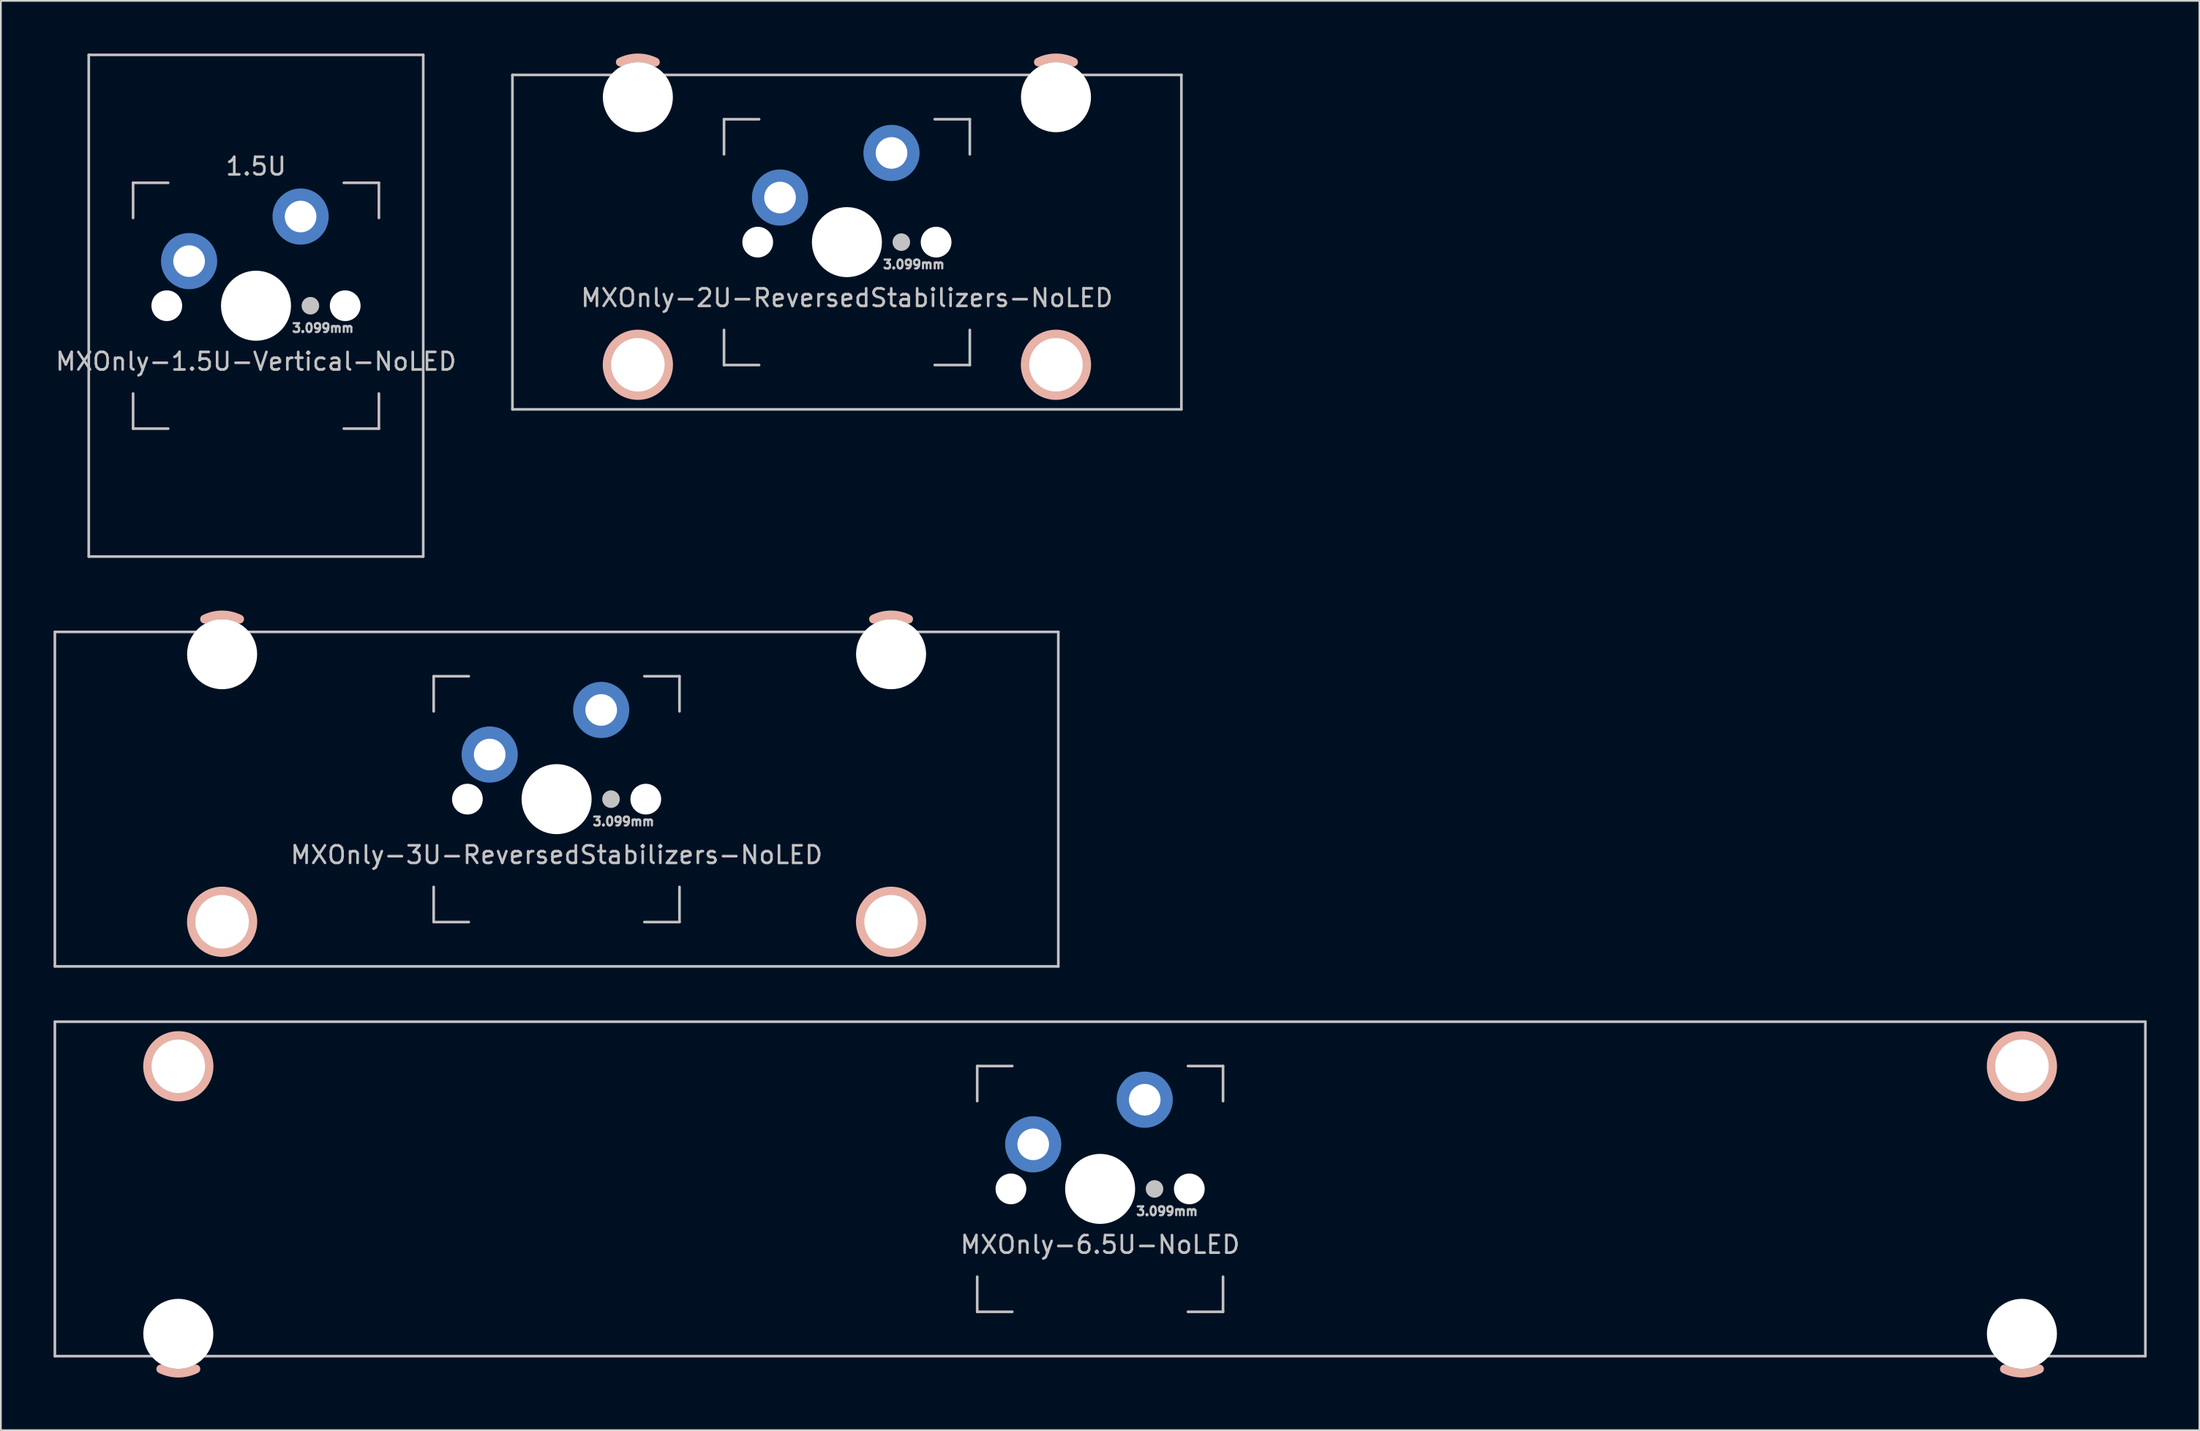
<source format=kicad_pcb>
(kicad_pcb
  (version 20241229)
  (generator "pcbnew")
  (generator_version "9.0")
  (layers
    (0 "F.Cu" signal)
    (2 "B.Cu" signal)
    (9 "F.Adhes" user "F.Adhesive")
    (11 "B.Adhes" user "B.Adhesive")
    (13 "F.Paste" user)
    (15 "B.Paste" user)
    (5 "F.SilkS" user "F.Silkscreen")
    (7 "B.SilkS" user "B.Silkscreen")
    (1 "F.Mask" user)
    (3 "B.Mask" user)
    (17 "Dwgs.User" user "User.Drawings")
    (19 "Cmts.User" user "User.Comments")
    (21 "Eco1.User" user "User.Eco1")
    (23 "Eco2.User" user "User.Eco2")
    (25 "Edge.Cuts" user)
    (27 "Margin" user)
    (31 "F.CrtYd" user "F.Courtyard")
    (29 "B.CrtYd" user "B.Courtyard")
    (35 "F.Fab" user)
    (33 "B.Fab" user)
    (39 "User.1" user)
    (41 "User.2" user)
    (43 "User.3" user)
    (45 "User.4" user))
  (footprint "MXOnly-6.5U-NoLED"
    (layer "F.Cu")
    (at 59.606 64.666)
    (property "Reference" "MXOnly-6.5U-NoLED" (at 0 3.175 0) (layer "Dwgs.User") (effects (font (size 1 1) (thickness 0.15))))
    (attr through_hole)
    (fp_arc (start -51.4999 10.254998) (mid -52.499313 10.491066) (end -53.498849 10.255523) (stroke (width 0.5) (type solid)) (layer "B.SilkS"))
    (fp_arc (start 53.4999 10.255) (mid 52.500487 10.491068) (end 51.500951 10.255525) (stroke (width 0.5) (type solid)) (layer "B.SilkS"))
    (fp_circle (center -52.5 -6.985) (end -54.25 -6.985) (stroke (width 0.5) (type solid)) (fill no) (layer "B.SilkS"))
    (fp_circle (center 52.5 -6.985) (end 50.75 -6.985) (stroke (width 0.5) (type solid)) (fill no) (layer "B.SilkS"))
    (fp_line (start -59.531 9.525) (end -59.531 -9.525) (stroke (width 0.15) (type solid)) (layer "Dwgs.User"))
    (fp_line (start -7 -7) (end -7 -5) (stroke (width 0.15) (type solid)) (layer "Dwgs.User"))
    (fp_line (start -7 5) (end -7 7) (stroke (width 0.15) (type solid)) (layer "Dwgs.User"))
    (fp_line (start -7 7) (end -5 7) (stroke (width 0.15) (type solid)) (layer "Dwgs.User"))
    (fp_line (start -5 -7) (end -7 -7) (stroke (width 0.15) (type solid)) (layer "Dwgs.User"))
    (fp_line (start 5 -7) (end 7 -7) (stroke (width 0.15) (type solid)) (layer "Dwgs.User"))
    (fp_line (start 5 7) (end 7 7) (stroke (width 0.15) (type solid)) (layer "Dwgs.User"))
    (fp_line (start 7 -7) (end 7 -5) (stroke (width 0.15) (type solid)) (layer "Dwgs.User"))
    (fp_line (start 7 7) (end 7 5) (stroke (width 0.15) (type solid)) (layer "Dwgs.User"))
    (fp_line (start 59.531 -9.525) (end -59.531 -9.525) (stroke (width 0.15) (type solid)) (layer "Dwgs.User"))
    (fp_line (start 59.531 -9.525) (end 59.531 9.525) (stroke (width 0.15) (type solid)) (layer "Dwgs.User"))
    (fp_line (start 59.531 9.525) (end -59.531 9.525) (stroke (width 0.15) (type solid)) (layer "Dwgs.User"))
    (fp_text user "3.099mm" (at 3.81 1.27 0) (layer "Dwgs.User") (effects (font (size 0.5 0.5) (thickness 0.125))))
    (pad "" np_thru_hole circle (at -52.5 -6.985 180) (size 3.048 3.048) (drill 3.048) (layers "*.Cu" "*.Mask"))
    (pad "" np_thru_hole circle (at -52.5 8.255 180) (size 3.988 3.988) (drill 3.988) (layers "*.Cu" "*.Mask"))
    (pad "" np_thru_hole circle (at -5.08 0 48.1) (size 1.75 1.75) (drill 1.75) (layers "*.Cu" "*.Mask"))
    (pad "" smd circle (at -3.81 -2.54) (size 2.8 2.8) (layers "B.Mask"))
    (pad "" np_thru_hole circle (at 0 0) (size 3.988 3.988) (drill 3.988) (layers "*.Cu" "*.Mask"))
    (pad "" smd circle (at 2.54 -5.08) (size 2.8 2.8) (layers "B.Mask"))
    (pad "" smd circle (at 3.099 0) (size 1 1) (layers "Dwgs.User"))
    (pad "" np_thru_hole circle (at 5.08 0 48.1) (size 1.75 1.75) (drill 1.75) (layers "*.Cu" "*.Mask"))
    (pad "" np_thru_hole circle (at 52.5 -6.985 180) (size 3.048 3.048) (drill 3.048) (layers "*.Cu" "*.Mask"))
    (pad "" np_thru_hole circle (at 52.5 8.255 180) (size 3.988 3.988) (drill 3.988) (layers "*.Cu" "*.Mask"))
    (pad "1" thru_hole circle (at -3.81 -2.54) (size 2.4 2.4) (drill 1.8) (layers "*.Cu"))
    (pad "1" connect circle (at -3.81 -2.54) (size 3.2 3.2) (layers "B.Cu"))
    (pad "2" thru_hole circle (at 2.54 -5.08) (size 2.4 2.4) (drill 1.8) (layers "*.Cu"))
    (pad "2" connect circle (at 2.54 -5.08) (size 3.2 3.2) (layers "B.Cu")))
  (footprint "MXOnly-2U-ReversedStabilizers-NoLED"
    (layer "F.Cu")
    (at 45.185 10.741)
    (property "Reference" "MXOnly-2U-ReversedStabilizers-NoLED" (at 0 3.175 0) (layer "Dwgs.User") (effects (font (size 1 1) (thickness 0.15))))
    (attr through_hole)
    (fp_arc (start -12.90625 -10.255) (mid -11.906837 -10.491068) (end -10.907301 -10.255525) (stroke (width 0.5) (type solid)) (layer "B.SilkS"))
    (fp_arc (start 10.90625 -10.255) (mid 11.905663 -10.491068) (end 12.905199 -10.255525) (stroke (width 0.5) (type solid)) (layer "B.SilkS"))
    (fp_circle (center -11.906 6.985) (end -13.656 6.985) (stroke (width 0.5) (type solid)) (fill no) (layer "B.SilkS"))
    (fp_circle (center 11.906 6.985) (end 10.156 6.985) (stroke (width 0.5) (type solid)) (fill no) (layer "B.SilkS"))
    (fp_line (start -19.05 -9.525) (end 19.05 -9.525) (stroke (width 0.15) (type solid)) (layer "Dwgs.User"))
    (fp_line (start -19.05 9.525) (end -19.05 -9.525) (stroke (width 0.15) (type solid)) (layer "Dwgs.User"))
    (fp_line (start -19.05 9.525) (end 19.05 9.525) (stroke (width 0.15) (type solid)) (layer "Dwgs.User"))
    (fp_line (start -7 -7) (end -7 -5) (stroke (width 0.15) (type solid)) (layer "Dwgs.User"))
    (fp_line (start -7 5) (end -7 7) (stroke (width 0.15) (type solid)) (layer "Dwgs.User"))
    (fp_line (start -7 7) (end -5 7) (stroke (width 0.15) (type solid)) (layer "Dwgs.User"))
    (fp_line (start -5 -7) (end -7 -7) (stroke (width 0.15) (type solid)) (layer "Dwgs.User"))
    (fp_line (start 5 -7) (end 7 -7) (stroke (width 0.15) (type solid)) (layer "Dwgs.User"))
    (fp_line (start 5 7) (end 7 7) (stroke (width 0.15) (type solid)) (layer "Dwgs.User"))
    (fp_line (start 7 -7) (end 7 -5) (stroke (width 0.15) (type solid)) (layer "Dwgs.User"))
    (fp_line (start 7 7) (end 7 5) (stroke (width 0.15) (type solid)) (layer "Dwgs.User"))
    (fp_line (start 19.05 -9.525) (end 19.05 9.525) (stroke (width 0.15) (type solid)) (layer "Dwgs.User"))
    (fp_text user "3.099mm" (at 3.81 1.27 0) (layer "Dwgs.User") (effects (font (size 0.5 0.5) (thickness 0.125))))
    (pad "" np_thru_hole circle (at -11.906 -8.255) (size 3.988 3.988) (drill 3.988) (layers "*.Cu" "*.Mask"))
    (pad "" np_thru_hole circle (at -11.906 6.985) (size 3.048 3.048) (drill 3.048) (layers "*.Cu" "*.Mask"))
    (pad "" np_thru_hole circle (at -5.08 0 48.1) (size 1.75 1.75) (drill 1.75) (layers "*.Cu" "*.Mask"))
    (pad "" smd circle (at -3.81 -2.54) (size 2.8 2.8) (layers "B.Mask"))
    (pad "" np_thru_hole circle (at 0 0) (size 3.988 3.988) (drill 3.988) (layers "*.Cu" "*.Mask"))
    (pad "" smd circle (at 2.54 -5.08) (size 2.8 2.8) (layers "B.Mask"))
    (pad "" smd circle (at 3.099 0) (size 1 1) (layers "Dwgs.User"))
    (pad "" np_thru_hole circle (at 5.08 0 48.1) (size 1.75 1.75) (drill 1.75) (layers "*.Cu" "*.Mask"))
    (pad "" np_thru_hole circle (at 11.906 -8.255) (size 3.988 3.988) (drill 3.988) (layers "*.Cu" "*.Mask"))
    (pad "" np_thru_hole circle (at 11.906 6.985) (size 3.048 3.048) (drill 3.048) (layers "*.Cu" "*.Mask"))
    (pad "1" thru_hole circle (at -3.81 -2.54) (size 2.4 2.4) (drill 1.8) (layers "*.Cu"))
    (pad "1" connect circle (at -3.81 -2.54) (size 3.2 3.2) (layers "B.Cu"))
    (pad "2" thru_hole circle (at 2.54 -5.08) (size 2.4 2.4) (drill 1.8) (layers "*.Cu"))
    (pad "2" connect circle (at 2.54 -5.08) (size 3.2 3.2) (layers "B.Cu")))
  (footprint "MXOnly-1.5U-Vertical-NoLED"
    (layer "F.Cu")
    (at 11.53 14.363)
    (property "Reference" "MXOnly-1.5U-Vertical-NoLED" (at 0 3.175 0) (layer "Dwgs.User") (effects (font (size 1 1) (thickness 0.15))))
    (attr through_hole)
    (fp_line (start -9.525 -14.287) (end -9.525 14.287) (stroke (width 0.15) (type solid)) (layer "Dwgs.User"))
    (fp_line (start -7 -7) (end -7 -5) (stroke (width 0.15) (type solid)) (layer "Dwgs.User"))
    (fp_line (start -7 5) (end -7 7) (stroke (width 0.15) (type solid)) (layer "Dwgs.User"))
    (fp_line (start -7 7) (end -5 7) (stroke (width 0.15) (type solid)) (layer "Dwgs.User"))
    (fp_line (start -5 -7) (end -7 -7) (stroke (width 0.15) (type solid)) (layer "Dwgs.User"))
    (fp_line (start 5 -7) (end 7 -7) (stroke (width 0.15) (type solid)) (layer "Dwgs.User"))
    (fp_line (start 5 7) (end 7 7) (stroke (width 0.15) (type solid)) (layer "Dwgs.User"))
    (fp_line (start 7 -7) (end 7 -5) (stroke (width 0.15) (type solid)) (layer "Dwgs.User"))
    (fp_line (start 7 7) (end 7 5) (stroke (width 0.15) (type solid)) (layer "Dwgs.User"))
    (fp_line (start 9.525 -14.287) (end -9.525 -14.287) (stroke (width 0.15) (type solid)) (layer "Dwgs.User"))
    (fp_line (start 9.525 -14.287) (end 9.525 14.287) (stroke (width 0.15) (type solid)) (layer "Dwgs.User"))
    (fp_line (start 9.525 14.287) (end -9.525 14.287) (stroke (width 0.15) (type solid)) (layer "Dwgs.User"))
    (fp_text user "3.099mm" (at 3.81 1.27 0) (layer "Dwgs.User") (effects (font (size 0.5 0.5) (thickness 0.125))))
    (fp_text user "1.5U" (at 0 -7.938 0) (layer "Dwgs.User") (effects (font (size 1 1) (thickness 0.15))))
    (pad "" np_thru_hole circle (at -5.08 0 48.1) (size 1.75 1.75) (drill 1.75) (layers "*.Cu" "*.Mask"))
    (pad "" smd circle (at -3.81 -2.54) (size 2.8 2.8) (layers "B.Mask"))
    (pad "" np_thru_hole circle (at 0 0) (size 3.988 3.988) (drill 3.988) (layers "*.Cu" "*.Mask"))
    (pad "" smd circle (at 2.54 -5.08) (size 2.8 2.8) (layers "B.Mask"))
    (pad "" smd circle (at 3.099 0) (size 1 1) (layers "Dwgs.User"))
    (pad "" np_thru_hole circle (at 5.08 0 48.1) (size 1.75 1.75) (drill 1.75) (layers "*.Cu" "*.Mask"))
    (pad "1" thru_hole circle (at -3.81 -2.54) (size 2.4 2.4) (drill 1.8) (layers "*.Cu"))
    (pad "1" connect circle (at -3.81 -2.54) (size 3.2 3.2) (layers "B.Cu"))
    (pad "2" thru_hole circle (at 2.54 -5.08) (size 2.4 2.4) (drill 1.8) (layers "*.Cu"))
    (pad "2" connect circle (at 2.54 -5.08) (size 3.2 3.2) (layers "B.Cu")))
  (footprint "MXOnly-3U-ReversedStabilizers-NoLED"
    (layer "F.Cu")
    (at 28.65 42.466)
    (property "Reference" "MXOnly-3U-ReversedStabilizers-NoLED" (at 0 3.175 0) (layer "Dwgs.User") (effects (font (size 1 1) (thickness 0.15))))
    (attr through_hole)
    (fp_arc (start -20.05 -10.255) (mid -19.050587 -10.491068) (end -18.051051 -10.255525) (stroke (width 0.5) (type solid)) (layer "B.SilkS"))
    (fp_arc (start 18.05 -10.255) (mid 19.049413 -10.491068) (end 20.048949 -10.255525) (stroke (width 0.5) (type solid)) (layer "B.SilkS"))
    (fp_circle (center -19.05 6.985) (end -20.8 6.985) (stroke (width 0.5) (type solid)) (fill no) (layer "B.SilkS"))
    (fp_circle (center 19.05 6.985) (end 17.3 6.985) (stroke (width 0.5) (type solid)) (fill no) (layer "B.SilkS"))
    (fp_line (start -28.575 -9.525) (end 28.575 -9.525) (stroke (width 0.15) (type solid)) (layer "Dwgs.User"))
    (fp_line (start -28.575 9.525) (end -28.575 -9.525) (stroke (width 0.15) (type solid)) (layer "Dwgs.User"))
    (fp_line (start -28.575 9.525) (end 28.575 9.525) (stroke (width 0.15) (type solid)) (layer "Dwgs.User"))
    (fp_line (start -7 -7) (end -7 -5) (stroke (width 0.15) (type solid)) (layer "Dwgs.User"))
    (fp_line (start -7 5) (end -7 7) (stroke (width 0.15) (type solid)) (layer "Dwgs.User"))
    (fp_line (start -7 7) (end -5 7) (stroke (width 0.15) (type solid)) (layer "Dwgs.User"))
    (fp_line (start -5 -7) (end -7 -7) (stroke (width 0.15) (type solid)) (layer "Dwgs.User"))
    (fp_line (start 5 -7) (end 7 -7) (stroke (width 0.15) (type solid)) (layer "Dwgs.User"))
    (fp_line (start 5 7) (end 7 7) (stroke (width 0.15) (type solid)) (layer "Dwgs.User"))
    (fp_line (start 7 -7) (end 7 -5) (stroke (width 0.15) (type solid)) (layer "Dwgs.User"))
    (fp_line (start 7 7) (end 7 5) (stroke (width 0.15) (type solid)) (layer "Dwgs.User"))
    (fp_line (start 28.575 -9.525) (end 28.575 9.525) (stroke (width 0.15) (type solid)) (layer "Dwgs.User"))
    (fp_text user "3.099mm" (at 3.81 1.27 0) (layer "Dwgs.User") (effects (font (size 0.5 0.5) (thickness 0.125))))
    (pad "" np_thru_hole circle (at -19.05 -8.255) (size 3.988 3.988) (drill 3.988) (layers "*.Cu" "*.Mask"))
    (pad "" np_thru_hole circle (at -19.05 6.985) (size 3.048 3.048) (drill 3.048) (layers "*.Cu" "*.Mask"))
    (pad "" np_thru_hole circle (at -5.08 0 48.1) (size 1.75 1.75) (drill 1.75) (layers "*.Cu" "*.Mask"))
    (pad "" smd circle (at -3.81 -2.54) (size 2.8 2.8) (layers "B.Mask"))
    (pad "" np_thru_hole circle (at 0 0) (size 3.988 3.988) (drill 3.988) (layers "*.Cu" "*.Mask"))
    (pad "" smd circle (at 2.54 -5.08) (size 2.8 2.8) (layers "B.Mask"))
    (pad "" smd circle (at 3.099 0) (size 1 1) (layers "Dwgs.User"))
    (pad "" np_thru_hole circle (at 5.08 0 48.1) (size 1.75 1.75) (drill 1.75) (layers "*.Cu" "*.Mask"))
    (pad "" np_thru_hole circle (at 19.05 -8.255) (size 3.988 3.988) (drill 3.988) (layers "*.Cu" "*.Mask"))
    (pad "" np_thru_hole circle (at 19.05 6.985) (size 3.048 3.048) (drill 3.048) (layers "*.Cu" "*.Mask"))
    (pad "1" thru_hole circle (at -3.81 -2.54) (size 2.4 2.4) (drill 1.8) (layers "*.Cu"))
    (pad "1" connect circle (at -3.81 -2.54) (size 3.2 3.2) (layers "B.Cu"))
    (pad "2" thru_hole circle (at 2.54 -5.08) (size 2.4 2.4) (drill 1.8) (layers "*.Cu"))
    (pad "2" connect circle (at 2.54 -5.08) (size 3.2 3.2) (layers "B.Cu")))
  (gr_rect
    (start -3 -3)
    (end 122.213 78.407)
    (stroke (width 0.1) (type default))
    (fill no)
    (layer "Edge.Cuts")))
</source>
